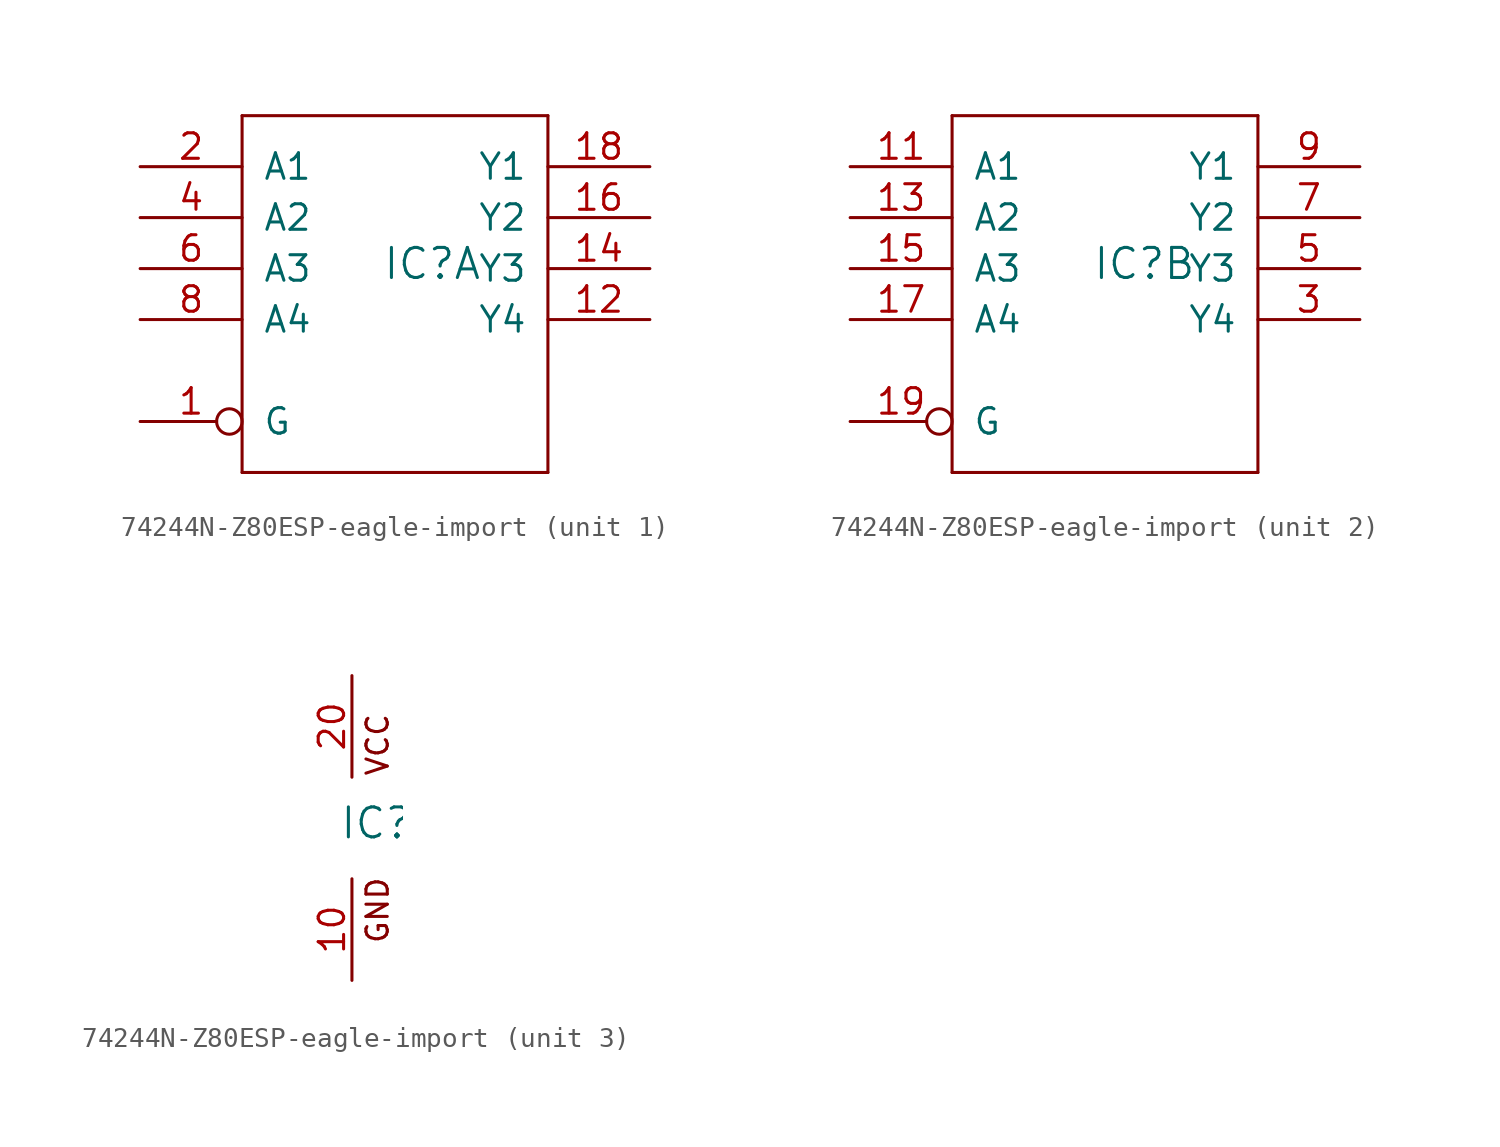
<source format=kicad_sym>
(kicad_symbol_lib
  (version 20220914)
  (generator kicad_symbol_editor)
  (symbol "74244N-Z80ESP-eagle-import"
    (pin_names
      (offset 1.016))
    (property "Reference" "IC"
      (at -0.635 -0.635 0)
      (effects (font (size 1.499 1.499)) (justify left bottom)))
    (property "ki_locked" ""
      (at 0 0 0)
      (effects (font (size 1.27 1.27))))
    (symbol "74244N-Z80ESP-eagle-import_1_0"
      (polyline (pts (xy -7.62 -10.16) (xy 7.62 -10.16)) (stroke (width 0) (type solid)) (fill (type none)))
      (polyline (pts (xy -7.62 7.62) (xy -7.62 -10.16)) (stroke (width 0) (type solid)) (fill (type none)))
      (polyline (pts (xy 7.62 -10.16) (xy 7.62 7.62)) (stroke (width 0) (type solid)) (fill (type none)))
      (polyline (pts (xy 7.62 7.62) (xy -7.62 7.62)) (stroke (width 0) (type solid)) (fill (type none)))
      (pin input inverted (at -12.7 -7.62 0) (length 5.08) (name "G" (effects (font (size 1.27 1.27)))) (number "1" (effects (font (size 1.27 1.27)))))
      (pin tri_state line (at 12.7 -2.54 180) (length 5.08) (name "Y4" (effects (font (size 1.27 1.27)))) (number "12" (effects (font (size 1.27 1.27)))))
      (pin tri_state line (at 12.7 0 180) (length 5.08) (name "Y3" (effects (font (size 1.27 1.27)))) (number "14" (effects (font (size 1.27 1.27)))))
      (pin tri_state line (at 12.7 2.54 180) (length 5.08) (name "Y2" (effects (font (size 1.27 1.27)))) (number "16" (effects (font (size 1.27 1.27)))))
      (pin tri_state line (at 12.7 5.08 180) (length 5.08) (name "Y1" (effects (font (size 1.27 1.27)))) (number "18" (effects (font (size 1.27 1.27)))))
      (pin input line (at -12.7 5.08 0) (length 5.08) (name "A1" (effects (font (size 1.27 1.27)))) (number "2" (effects (font (size 1.27 1.27)))))
      (pin input line (at -12.7 2.54 0) (length 5.08) (name "A2" (effects (font (size 1.27 1.27)))) (number "4" (effects (font (size 1.27 1.27)))))
      (pin input line (at -12.7 0 0) (length 5.08) (name "A3" (effects (font (size 1.27 1.27)))) (number "6" (effects (font (size 1.27 1.27)))))
      (pin input line (at -12.7 -2.54 0) (length 5.08) (name "A4" (effects (font (size 1.27 1.27)))) (number "8" (effects (font (size 1.27 1.27))))))
    (symbol "74244N-Z80ESP-eagle-import_2_0"
      (polyline (pts (xy -7.62 -10.16) (xy 7.62 -10.16)) (stroke (width 0) (type solid)) (fill (type none)))
      (polyline (pts (xy -7.62 7.62) (xy -7.62 -10.16)) (stroke (width 0) (type solid)) (fill (type none)))
      (polyline (pts (xy 7.62 -10.16) (xy 7.62 7.62)) (stroke (width 0) (type solid)) (fill (type none)))
      (polyline (pts (xy 7.62 7.62) (xy -7.62 7.62)) (stroke (width 0) (type solid)) (fill (type none)))
      (pin input line (at -12.7 5.08 0) (length 5.08) (name "A1" (effects (font (size 1.27 1.27)))) (number "11" (effects (font (size 1.27 1.27)))))
      (pin input line (at -12.7 2.54 0) (length 5.08) (name "A2" (effects (font (size 1.27 1.27)))) (number "13" (effects (font (size 1.27 1.27)))))
      (pin input line (at -12.7 0 0) (length 5.08) (name "A3" (effects (font (size 1.27 1.27)))) (number "15" (effects (font (size 1.27 1.27)))))
      (pin input line (at -12.7 -2.54 0) (length 5.08) (name "A4" (effects (font (size 1.27 1.27)))) (number "17" (effects (font (size 1.27 1.27)))))
      (pin input inverted (at -12.7 -7.62 0) (length 5.08) (name "G" (effects (font (size 1.27 1.27)))) (number "19" (effects (font (size 1.27 1.27)))))
      (pin tri_state line (at 12.7 -2.54 180) (length 5.08) (name "Y4" (effects (font (size 1.27 1.27)))) (number "3" (effects (font (size 1.27 1.27)))))
      (pin tri_state line (at 12.7 0 180) (length 5.08) (name "Y3" (effects (font (size 1.27 1.27)))) (number "5" (effects (font (size 1.27 1.27)))))
      (pin tri_state line (at 12.7 2.54 180) (length 5.08) (name "Y2" (effects (font (size 1.27 1.27)))) (number "7" (effects (font (size 1.27 1.27)))))
      (pin tri_state line (at 12.7 5.08 180) (length 5.08) (name "Y1" (effects (font (size 1.27 1.27)))) (number "9" (effects (font (size 1.27 1.27))))))
    (symbol "74244N-Z80ESP-eagle-import_3_0"
      (text "GND" (at 1.905 -5.842 900) (effects (font (size 1.067 1.067)) (justify left bottom)))
      (text "VCC" (at 1.905 2.54 900) (effects (font (size 1.067 1.067)) (justify left bottom)))
      (pin power_in line (at 0 -7.62 90) (length 5.08) (name "GND" (effects (font (size 0 0)))) (number "10" (effects (font (size 1.27 1.27)))))
      (pin power_in line (at 0 7.62 270) (length 5.08) (name "VCC" (effects (font (size 0 0)))) (number "20" (effects (font (size 1.27 1.27))))))))
</source>
